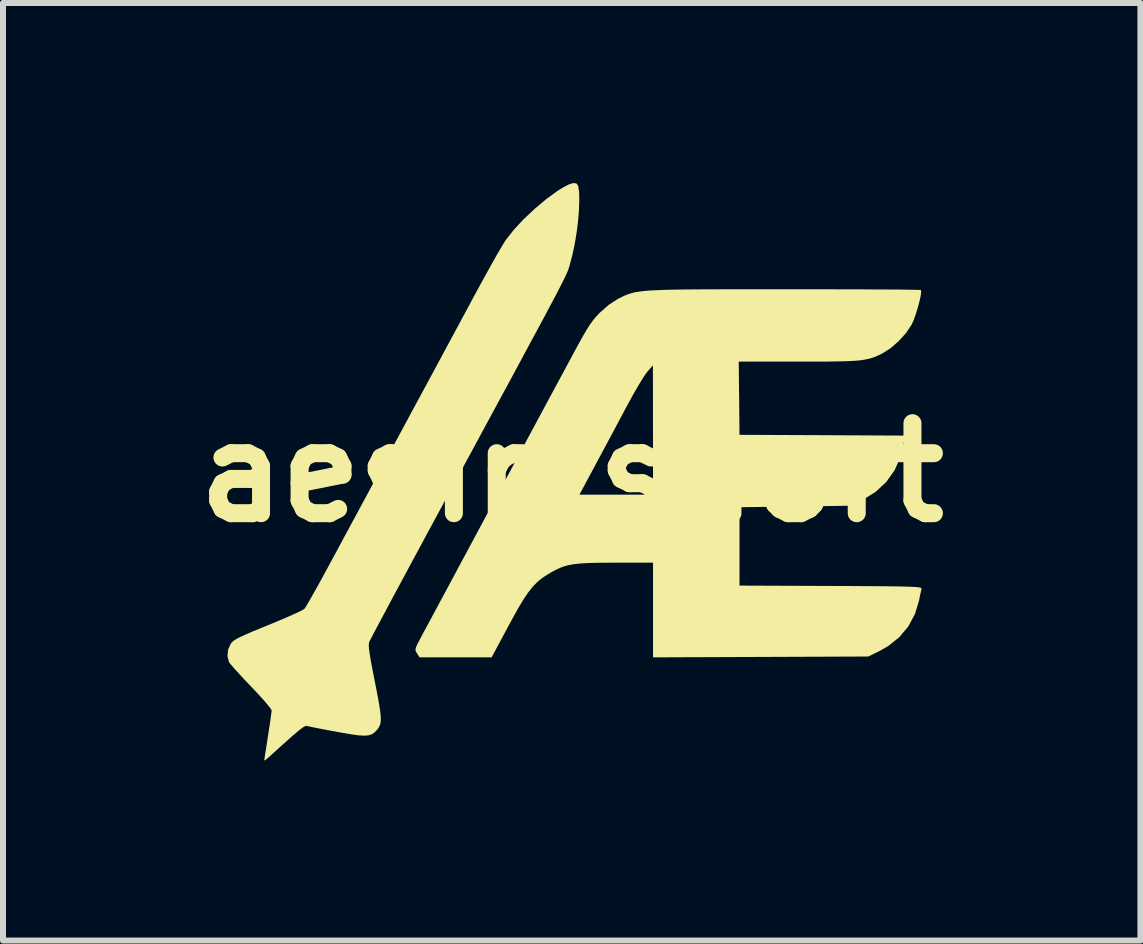
<source format=kicad_pcb>
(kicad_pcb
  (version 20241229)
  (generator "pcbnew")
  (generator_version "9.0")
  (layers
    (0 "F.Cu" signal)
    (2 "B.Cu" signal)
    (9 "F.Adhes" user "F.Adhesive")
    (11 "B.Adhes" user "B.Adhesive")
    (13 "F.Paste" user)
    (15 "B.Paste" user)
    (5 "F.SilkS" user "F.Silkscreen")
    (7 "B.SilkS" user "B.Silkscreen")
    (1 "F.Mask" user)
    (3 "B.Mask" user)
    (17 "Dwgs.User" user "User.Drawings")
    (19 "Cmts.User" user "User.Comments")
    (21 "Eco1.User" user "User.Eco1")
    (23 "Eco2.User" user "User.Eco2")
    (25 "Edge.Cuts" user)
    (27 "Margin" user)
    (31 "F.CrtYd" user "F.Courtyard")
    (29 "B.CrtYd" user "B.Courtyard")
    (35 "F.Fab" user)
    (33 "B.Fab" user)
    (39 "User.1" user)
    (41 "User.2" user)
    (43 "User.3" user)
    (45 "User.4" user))
  (footprint "aesir_short"
    (layer "F.Cu")
    (at 6.479 4.825)
    (property "Reference" "aesir_short" (at 0 0 0) (layer "F.SilkS") (effects (font (size 1.5 1.5) (thickness 0.3))))
    (attr board_only exclude_from_pos_files exclude_from_bom)
    (fp_poly (pts (xy 0.08 -4.817) (xy 0.107 -4.775) (xy 0.108 -4.773) (xy 0.123 -4.673) (xy 0.126 -4.536) (xy 0.12 -4.37) (xy 0.105 -4.188) (xy 0.081 -3.997) (xy 0.05 -3.81) (xy 0.013 -3.635) (xy -0.014 -3.533) (xy -0.022 -3.502) (xy -0.029 -3.475) (xy -0.035 -3.451) (xy -0.042 -3.428) (xy -0.05 -3.403) (xy -0.06 -3.375) (xy -0.073 -3.342) (xy -0.091 -3.302) (xy -0.114 -3.253) (xy -0.144 -3.192) (xy -0.181 -3.119) (xy -0.226 -3.031) (xy -0.281 -2.926) (xy -0.347 -2.802) (xy -0.424 -2.657) (xy -0.513 -2.49) (xy -0.617 -2.298) (xy -0.735 -2.079) (xy -0.868 -1.831) (xy -1.018 -1.553) (xy -1.186 -1.243) (xy -1.373 -0.898) (xy -1.579 -0.516) (xy -1.807 -0.096) (xy -2.056 0.364) (xy -2.204 0.638) (xy -2.367 0.939) (xy -2.523 1.229) (xy -2.672 1.504) (xy -2.81 1.762) (xy -2.938 1.999) (xy -3.052 2.213) (xy -3.152 2.4) (xy -3.236 2.558) (xy -3.302 2.682) (xy -3.348 2.771) (xy -3.374 2.821) (xy -3.378 2.831) (xy -3.383 2.868) (xy -3.38 2.932) (xy -3.367 3.026) (xy -3.345 3.157) (xy -3.313 3.328) (xy -3.289 3.448) (xy -3.248 3.656) (xy -3.217 3.823) (xy -3.196 3.953) (xy -3.184 4.053) (xy -3.182 4.128) (xy -3.189 4.185) (xy -3.205 4.23) (xy -3.228 4.268) (xy -3.241 4.284) (xy -3.284 4.329) (xy -3.329 4.361) (xy -3.384 4.38) (xy -3.456 4.386) (xy -3.552 4.381) (xy -3.679 4.363) (xy -3.844 4.335) (xy -3.92 4.321) (xy -4.066 4.294) (xy -4.197 4.269) (xy -4.304 4.248) (xy -4.38 4.232) (xy -4.414 4.224) (xy -4.431 4.224) (xy -4.457 4.234) (xy -4.495 4.259) (xy -4.549 4.301) (xy -4.623 4.363) (xy -4.72 4.448) (xy -4.845 4.56) (xy -5.001 4.701) (xy -5.057 4.752) (xy -5.1 4.788) (xy -5.123 4.8) (xy -5.124 4.798) (xy -5.121 4.77) (xy -5.111 4.702) (xy -5.095 4.602) (xy -5.076 4.479) (xy -5.063 4.393) (xy -5.042 4.258) (xy -5.024 4.138) (xy -5.011 4.043) (xy -5.003 3.981) (xy -5.001 3.964) (xy -5.018 3.935) (xy -5.063 3.877) (xy -5.133 3.795) (xy -5.222 3.697) (xy -5.325 3.588) (xy -5.342 3.57) (xy -5.449 3.458) (xy -5.544 3.355) (xy -5.624 3.267) (xy -5.681 3.201) (xy -5.71 3.164) (xy -5.712 3.161) (xy -5.738 3.063) (xy -5.728 2.954) (xy -5.685 2.857) (xy -5.663 2.829) (xy -5.632 2.802) (xy -5.586 2.773) (xy -5.52 2.739) (xy -5.427 2.697) (xy -5.303 2.643) (xy -5.141 2.577) (xy -5.063 2.545) (xy -4.904 2.479) (xy -4.76 2.418) (xy -4.635 2.363) (xy -4.538 2.318) (xy -4.475 2.285) (xy -4.455 2.272) (xy -4.434 2.241) (xy -4.392 2.171) (xy -4.334 2.069) (xy -4.261 1.94) (xy -4.177 1.788) (xy -4.085 1.619) (xy -4.009 1.478) (xy -3.922 1.318) (xy -3.816 1.12) (xy -3.693 0.893) (xy -3.558 0.642) (xy -3.413 0.374) (xy -3.263 0.095) (xy -3.111 -0.188) (xy -2.96 -0.468) (xy -2.833 -0.702) (xy -2.686 -0.977) (xy -2.532 -1.261) (xy -2.377 -1.548) (xy -2.224 -1.832) (xy -2.077 -2.105) (xy -1.939 -2.361) (xy -1.814 -2.593) (xy -1.706 -2.794) (xy -1.632 -2.932) (xy -1.529 -3.121) (xy -1.429 -3.303) (xy -1.336 -3.471) (xy -1.252 -3.62) (xy -1.181 -3.742) (xy -1.127 -3.832) (xy -1.095 -3.881) (xy -0.965 -4.046) (xy -0.802 -4.221) (xy -0.619 -4.393) (xy -0.428 -4.554) (xy -0.242 -4.69) (xy -0.162 -4.741) (xy -0.051 -4.8) (xy 0.028 -4.825)) (stroke (width 0) (type solid)) (fill yes) (layer "F.SilkS"))
    (fp_poly (pts (xy 3.879 -3.054) (xy 4.194 -3.054) (xy 4.491 -3.053) (xy 4.767 -3.053) (xy 5.019 -3.051) (xy 5.243 -3.05) (xy 5.435 -3.049) (xy 5.592 -3.047) (xy 5.711 -3.045) (xy 5.788 -3.043) (xy 5.819 -3.041) (xy 5.82 -3.041) (xy 5.824 -3.008) (xy 5.815 -2.939) (xy 5.794 -2.847) (xy 5.766 -2.742) (xy 5.733 -2.636) (xy 5.699 -2.54) (xy 5.665 -2.465) (xy 5.664 -2.463) (xy 5.574 -2.328) (xy 5.453 -2.193) (xy 5.317 -2.074) (xy 5.181 -1.987) (xy 5.179 -1.986) (xy 5.112 -1.953) (xy 5.05 -1.926) (xy 4.986 -1.904) (xy 4.916 -1.887) (xy 4.834 -1.873) (xy 4.735 -1.863) (xy 4.613 -1.856) (xy 4.464 -1.852) (xy 4.282 -1.849) (xy 4.061 -1.848) (xy 3.797 -1.848) (xy 3.776 -1.848) (xy 2.783 -1.848) (xy 2.79 -1.238) (xy 2.796 -0.628) (xy 4.173 -0.622) (xy 5.549 -0.615) (xy 5.533 -0.495) (xy 5.478 -0.253) (xy 5.379 -0.034) (xy 5.24 0.16) (xy 5.063 0.324) (xy 4.852 0.455) (xy 4.834 0.463) (xy 4.644 0.554) (xy 3.72 0.567) (xy 2.796 0.579) (xy 2.796 1.232) (xy 2.796 1.885) (xy 4.319 1.891) (xy 4.631 1.892) (xy 4.897 1.894) (xy 5.122 1.895) (xy 5.307 1.897) (xy 5.458 1.899) (xy 5.577 1.902) (xy 5.668 1.905) (xy 5.735 1.909) (xy 5.781 1.913) (xy 5.81 1.919) (xy 5.825 1.925) (xy 5.83 1.933) (xy 5.83 1.94) (xy 5.819 1.987) (xy 5.802 2.063) (xy 5.789 2.131) (xy 5.72 2.36) (xy 5.609 2.566) (xy 5.458 2.746) (xy 5.271 2.895) (xy 5.138 2.971) (xy 4.942 3.067) (xy 3.149 3.074) (xy 1.355 3.081) (xy 1.355 2.292) (xy 1.355 1.503) (xy 0.708 1.503) (xy 0.485 1.504) (xy 0.303 1.508) (xy 0.156 1.515) (xy 0.035 1.528) (xy -0.066 1.547) (xy -0.155 1.573) (xy -0.239 1.609) (xy -0.327 1.655) (xy -0.404 1.7) (xy -0.492 1.758) (xy -0.571 1.822) (xy -0.646 1.899) (xy -0.722 1.994) (xy -0.803 2.114) (xy -0.893 2.263) (xy -0.996 2.449) (xy -1.055 2.558) (xy -1.335 3.08) (xy -1.935 3.08) (xy -2.536 3.08) (xy -2.579 3.014) (xy -2.599 2.981) (xy -2.605 2.951) (xy -2.596 2.912) (xy -2.569 2.852) (xy -2.521 2.762) (xy -2.489 2.701) (xy -2.436 2.603) (xy -2.365 2.472) (xy -2.28 2.313) (xy -2.183 2.132) (xy -2.077 1.935) (xy -1.965 1.726) (xy -1.872 1.552) (xy -1.654 1.147) (xy -1.422 0.714) (xy -1.237 0.37) (xy 0.128 0.37) (xy 0.742 0.37) (xy 1.355 0.37) (xy 1.354 -0.708) (xy 1.353 -1.786) (xy 1.262 -1.682) (xy 1.222 -1.628) (xy 1.165 -1.539) (xy 1.095 -1.423) (xy 1.018 -1.289) (xy 0.94 -1.146) (xy 0.93 -1.128) (xy 0.842 -0.964) (xy 0.74 -0.772) (xy 0.63 -0.566) (xy 0.521 -0.363) (xy 0.421 -0.177) (xy 0.409 -0.154) (xy 0.128 0.37) (xy -1.237 0.37) (xy -1.179 0.262) (xy -0.933 -0.197) (xy -0.687 -0.655) (xy -0.448 -1.1) (xy -0.22 -1.523) (xy -0.01 -1.913) (xy 0.007 -1.946) (xy 0.104 -2.124) (xy 0.182 -2.265) (xy 0.247 -2.376) (xy 0.302 -2.463) (xy 0.352 -2.533) (xy 0.402 -2.593) (xy 0.455 -2.65) (xy 0.467 -2.663) (xy 0.616 -2.794) (xy 0.766 -2.891) (xy 0.788 -2.903) (xy 0.839 -2.928) (xy 0.886 -2.95) (xy 0.933 -2.969) (xy 0.983 -2.985) (xy 1.038 -3) (xy 1.103 -3.012) (xy 1.18 -3.022) (xy 1.273 -3.031) (xy 1.385 -3.037) (xy 1.519 -3.043) (xy 1.678 -3.047) (xy 1.865 -3.05) (xy 2.084 -3.052) (xy 2.338 -3.053) (xy 2.63 -3.054) (xy 2.963 -3.054) (xy 3.341 -3.054) (xy 3.55 -3.054)) (stroke (width 0) (type solid)) (fill yes) (layer "F.SilkS")))
  (gr_rect
    (start -3 -3)
    (end 15.957 12.626)
    (stroke (width 0.1) (type default))
    (fill no)
    (layer "Edge.Cuts")))
</source>
